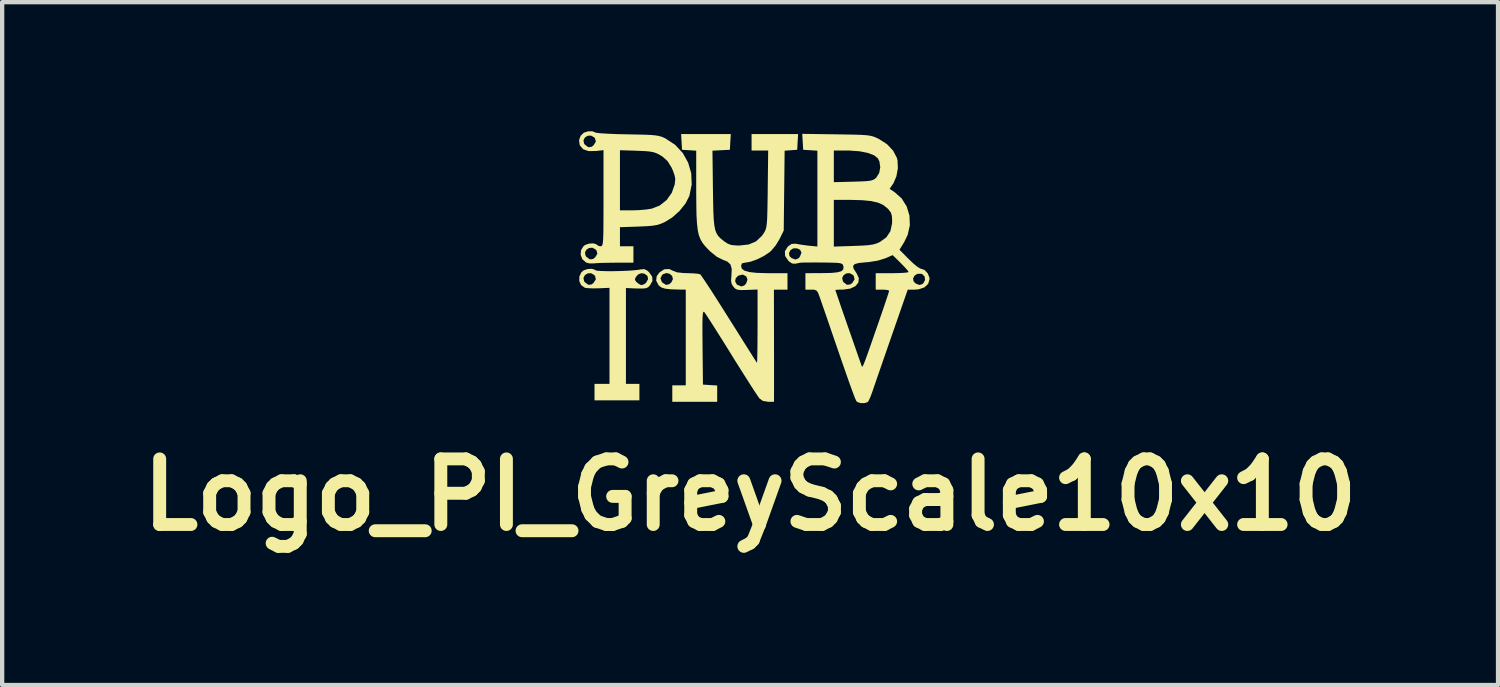
<source format=kicad_pcb>
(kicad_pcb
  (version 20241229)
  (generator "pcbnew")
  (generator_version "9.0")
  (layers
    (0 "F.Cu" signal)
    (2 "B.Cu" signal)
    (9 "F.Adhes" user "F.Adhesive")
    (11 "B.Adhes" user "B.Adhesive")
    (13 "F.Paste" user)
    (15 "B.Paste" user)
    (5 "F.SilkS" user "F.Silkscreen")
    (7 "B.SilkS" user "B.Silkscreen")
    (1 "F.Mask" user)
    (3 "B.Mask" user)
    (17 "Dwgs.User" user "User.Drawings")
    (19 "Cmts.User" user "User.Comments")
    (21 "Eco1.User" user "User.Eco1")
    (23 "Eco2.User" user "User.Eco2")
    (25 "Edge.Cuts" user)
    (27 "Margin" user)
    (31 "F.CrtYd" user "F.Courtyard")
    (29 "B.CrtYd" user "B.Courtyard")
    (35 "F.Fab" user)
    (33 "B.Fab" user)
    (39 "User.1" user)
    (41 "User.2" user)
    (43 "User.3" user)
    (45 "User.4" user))
  (footprint "Logo_PI_GreyScale10x10"
    (layer "F.Cu")
    (at 14.376 3.366)
    (property "Reference" "Logo_PI_GreyScale10x10" (at 0 5.08 0) (layer "F.SilkS") (effects (font (size 1.524 1.524) (thickness 0.3))))
    (attr board_only exclude_from_pos_files exclude_from_bom)
    (fp_poly (pts (xy -3.609 -0.151) (xy -3.596 -0.139) (xy -3.555 -0.127) (xy -3.46 -0.12) (xy -3.325 -0.116) (xy -3.166 -0.116) (xy -2.996 -0.12) (xy -2.832 -0.127) (xy -2.688 -0.137) (xy -2.578 -0.15) (xy -2.547 -0.156) (xy -2.459 -0.164) (xy -2.389 -0.13) (xy -2.347 -0.092) (xy -2.274 0.011) (xy -2.268 0.111) (xy -2.325 0.213) (xy -2.367 0.256) (xy -2.417 0.28) (xy -2.496 0.288) (xy -2.622 0.286) (xy -2.638 0.286) (xy -2.884 0.276) (xy -2.884 2.502) (xy -2.571 2.502) (xy -2.571 2.884) (xy -3.614 2.884) (xy -3.614 2.502) (xy -3.266 2.502) (xy -3.266 0.271) (xy -3.518 0.282) (xy -3.654 0.284) (xy -3.77 0.279) (xy -3.842 0.268) (xy -3.843 0.267) (xy -3.926 0.207) (xy -3.968 0.112) (xy -3.966 0.042) (xy -3.871 0.042) (xy -3.856 0.117) (xy -3.837 0.142) (xy -3.758 0.201) (xy -3.682 0.192) (xy -3.634 0.154) (xy -3.589 0.082) (xy -2.676 0.082) (xy -2.649 0.126) (xy -2.591 0.176) (xy -2.531 0.207) (xy -2.519 0.208) (xy -2.458 0.186) (xy -2.417 0.154) (xy -2.37 0.071) (xy -2.383 -0.005) (xy -2.449 -0.056) (xy -2.525 -0.069) (xy -2.599 -0.041) (xy -2.658 0.026) (xy -2.676 0.082) (xy -3.589 0.082) (xy -3.583 0.072) (xy -3.602 -0.005) (xy -3.621 -0.028) (xy -3.697 -0.07) (xy -3.776 -0.064) (xy -3.839 -0.022) (xy -3.871 0.042) (xy -3.966 0.042) (xy -3.966 0.006) (xy -3.92 -0.089) (xy -3.861 -0.137) (xy -3.771 -0.166) (xy -3.677 -0.171)) (stroke (width 0) (type solid)) (fill yes) (layer "F.SilkS"))
    (fp_poly (pts (xy -3.595 -3.338) (xy -3.551 -3.328) (xy -3.449 -3.318) (xy -3.3 -3.309) (xy -3.113 -3.301) (xy -2.901 -3.296) (xy -2.849 -3.295) (xy -2.607 -3.29) (xy -2.423 -3.286) (xy -2.287 -3.279) (xy -2.186 -3.269) (xy -2.11 -3.255) (xy -2.047 -3.236) (xy -1.987 -3.21) (xy -1.964 -3.198) (xy -1.741 -3.052) (xy -1.564 -2.861) (xy -1.438 -2.637) (xy -1.367 -2.39) (xy -1.356 -2.13) (xy -1.409 -1.87) (xy -1.41 -1.865) (xy -1.499 -1.69) (xy -1.637 -1.517) (xy -1.807 -1.365) (xy -1.971 -1.263) (xy -2.064 -1.221) (xy -2.15 -1.192) (xy -2.25 -1.174) (xy -2.379 -1.162) (xy -2.557 -1.154) (xy -2.595 -1.152) (xy -3.023 -1.138) (xy -3.023 -0.695) (xy -2.71 -0.695) (xy -2.71 -0.313) (xy -3.123 -0.313) (xy -3.295 -0.311) (xy -3.451 -0.308) (xy -3.572 -0.302) (xy -3.635 -0.296) (xy -3.736 -0.297) (xy -3.81 -0.317) (xy -3.896 -0.393) (xy -3.936 -0.496) (xy -3.932 -0.549) (xy -3.836 -0.549) (xy -3.821 -0.474) (xy -3.802 -0.449) (xy -3.723 -0.39) (xy -3.648 -0.399) (xy -3.599 -0.437) (xy -3.548 -0.519) (xy -3.567 -0.596) (xy -3.586 -0.618) (xy -3.663 -0.661) (xy -3.741 -0.655) (xy -3.804 -0.613) (xy -3.836 -0.549) (xy -3.932 -0.549) (xy -3.927 -0.604) (xy -3.87 -0.696) (xy -3.826 -0.728) (xy -3.736 -0.757) (xy -3.643 -0.762) (xy -3.574 -0.742) (xy -3.562 -0.73) (xy -3.513 -0.7) (xy -3.473 -0.695) (xy -3.454 -0.697) (xy -3.439 -0.709) (xy -3.428 -0.737) (xy -3.419 -0.789) (xy -3.413 -0.871) (xy -3.409 -0.99) (xy -3.407 -1.155) (xy -3.406 -1.371) (xy -3.405 -1.646) (xy -3.405 -1.812) (xy -3.405 -2.926) (xy -3.023 -2.926) (xy -3.023 -1.529) (xy -2.747 -1.529) (xy -2.584 -1.534) (xy -2.419 -1.548) (xy -2.289 -1.568) (xy -2.286 -1.568) (xy -2.097 -1.642) (xy -1.937 -1.77) (xy -1.818 -1.938) (xy -1.75 -2.134) (xy -1.738 -2.26) (xy -1.753 -2.34) (xy -1.792 -2.452) (xy -1.828 -2.53) (xy -1.917 -2.673) (xy -2.03 -2.775) (xy -2.079 -2.806) (xy -2.158 -2.849) (xy -2.234 -2.877) (xy -2.325 -2.895) (xy -2.449 -2.906) (xy -2.624 -2.913) (xy -2.632 -2.914) (xy -3.023 -2.926) (xy -3.405 -2.926) (xy -3.405 -2.928) (xy -3.58 -2.908) (xy -3.754 -2.906) (xy -3.877 -2.949) (xy -3.953 -3.037) (xy -3.957 -3.044) (xy -3.973 -3.155) (xy -3.871 -3.155) (xy -3.856 -3.08) (xy -3.837 -3.055) (xy -3.758 -2.996) (xy -3.682 -3.005) (xy -3.634 -3.043) (xy -3.583 -3.125) (xy -3.602 -3.202) (xy -3.621 -3.225) (xy -3.697 -3.267) (xy -3.776 -3.261) (xy -3.839 -3.219) (xy -3.871 -3.155) (xy -3.973 -3.155) (xy -3.974 -3.156) (xy -3.936 -3.263) (xy -3.861 -3.334) (xy -3.763 -3.365) (xy -3.664 -3.366)) (stroke (width 0) (type solid)) (fill yes) (layer "F.SilkS"))
    (fp_poly (pts (xy -0.459 -3.119) (xy -0.469 -2.936) (xy -0.671 -2.926) (xy -0.874 -2.915) (xy -0.863 -2.022) (xy -0.858 -1.728) (xy -0.853 -1.494) (xy -0.844 -1.312) (xy -0.829 -1.174) (xy -0.808 -1.069) (xy -0.777 -0.99) (xy -0.736 -0.928) (xy -0.681 -0.873) (xy -0.612 -0.818) (xy -0.602 -0.81) (xy -0.52 -0.755) (xy -0.438 -0.725) (xy -0.33 -0.714) (xy -0.246 -0.712) (xy -0.032 -0.736) (xy 0.139 -0.808) (xy 0.274 -0.935) (xy 0.32 -1.001) (xy 0.344 -1.043) (xy 0.363 -1.086) (xy 0.377 -1.14) (xy 0.388 -1.214) (xy 0.396 -1.317) (xy 0.401 -1.459) (xy 0.405 -1.647) (xy 0.409 -1.891) (xy 0.41 -2.024) (xy 0.421 -2.919) (xy 0.035 -2.919) (xy 0.035 -3.301) (xy 1.116 -3.301) (xy 1.105 -3.119) (xy 1.095 -2.936) (xy 0.803 -2.915) (xy 0.782 -1.06) (xy 0.684 -0.861) (xy 0.597 -0.717) (xy 0.492 -0.592) (xy 0.449 -0.554) (xy 0.317 -0.467) (xy 0.162 -0.39) (xy 0.01 -0.336) (xy -0.115 -0.313) (xy -0.122 -0.313) (xy -0.189 -0.298) (xy -0.208 -0.241) (xy -0.208 -0.233) (xy -0.19 -0.172) (xy -0.129 -0.127) (xy -0.019 -0.096) (xy 0.145 -0.077) (xy 0.37 -0.07) (xy 0.445 -0.069) (xy 0.869 -0.069) (xy 0.869 0.313) (xy 0.554 0.313) (xy 0.556 1.364) (xy 0.556 1.641) (xy 0.557 1.909) (xy 0.557 2.155) (xy 0.557 2.368) (xy 0.557 2.537) (xy 0.557 2.651) (xy 0.557 2.667) (xy 0.556 2.919) (xy 0.423 2.919) (xy 0.298 2.898) (xy 0.219 2.841) (xy 0.184 2.792) (xy 0.117 2.693) (xy 0.024 2.55) (xy -0.09 2.371) (xy -0.221 2.164) (xy -0.363 1.938) (xy -0.433 1.824) (xy -0.577 1.592) (xy -0.712 1.378) (xy -0.831 1.189) (xy -0.931 1.033) (xy -1.007 0.917) (xy -1.053 0.848) (xy -1.064 0.835) (xy -1.079 0.826) (xy -1.091 0.842) (xy -1.099 0.889) (xy -1.104 0.973) (xy -1.107 1.103) (xy -1.107 1.286) (xy -1.105 1.527) (xy -1.104 1.651) (xy -1.095 2.519) (xy -0.929 2.53) (xy -0.764 2.54) (xy -0.764 2.919) (xy -1.807 2.919) (xy -1.807 2.537) (xy -1.494 2.537) (xy -1.494 0.313) (xy -1.659 0.311) (xy -1.841 0.305) (xy -1.968 0.291) (xy -2.053 0.266) (xy -2.11 0.227) (xy -2.127 0.208) (xy -2.182 0.102) (xy -2.175 0.048) (xy -2.082 0.048) (xy -2.053 0.129) (xy -2.03 0.154) (xy -1.952 0.204) (xy -1.876 0.186) (xy -1.827 0.142) (xy -1.792 0.067) (xy -1.81 -0.003) (xy -1.864 -0.053) (xy -1.939 -0.073) (xy -2.018 -0.048) (xy -2.043 -0.028) (xy -2.082 0.048) (xy -2.175 0.048) (xy -2.169 0.000496) (xy -2.104 -0.088) (xy -1.993 -0.16) (xy -1.877 -0.166) (xy -1.787 -0.123) (xy -1.698 -0.089) (xy -1.542 -0.072) (xy -1.459 -0.07) (xy -1.328 -0.066) (xy -1.221 -0.057) (xy -1.161 -0.044) (xy -1.158 -0.043) (xy -1.131 -0.008) (xy -1.071 0.079) (xy -0.984 0.21) (xy -0.873 0.38) (xy -0.745 0.581) (xy -0.602 0.806) (xy -0.486 0.991) (xy -0.336 1.228) (xy -0.199 1.447) (xy -0.078 1.639) (xy 0.023 1.799) (xy 0.099 1.919) (xy 0.146 1.992) (xy 0.16 2.012) (xy 0.164 1.983) (xy 0.167 1.894) (xy 0.17 1.753) (xy 0.172 1.571) (xy 0.173 1.355) (xy 0.174 1.169) (xy 0.174 0.31) (xy -0.073 0.32) (xy -0.204 0.323) (xy -0.287 0.316) (xy -0.339 0.294) (xy -0.381 0.253) (xy -0.387 0.246) (xy -0.428 0.181) (xy -0.439 0.12) (xy -0.347 0.12) (xy -0.311 0.188) (xy -0.287 0.206) (xy -0.197 0.239) (xy -0.129 0.213) (xy -0.09 0.168) (xy -0.06 0.081) (xy -0.087 0.007) (xy -0.159 -0.033) (xy -0.185 -0.035) (xy -0.276 -0.011) (xy -0.333 0.048) (xy -0.347 0.12) (xy -0.439 0.12) (xy -0.442 0.103) (xy -0.433 -0.012) (xy -0.433 -0.019) (xy -0.426 -0.17) (xy -0.455 -0.272) (xy -0.528 -0.339) (xy -0.629 -0.379) (xy -0.769 -0.448) (xy -0.925 -0.574) (xy -0.958 -0.606) (xy -1.039 -0.691) (xy -1.103 -0.771) (xy -1.153 -0.857) (xy -1.191 -0.956) (xy -1.217 -1.078) (xy -1.234 -1.233) (xy -1.245 -1.428) (xy -1.249 -1.673) (xy -1.251 -1.977) (xy -1.251 -2.037) (xy -1.251 -2.915) (xy -1.416 -2.926) (xy -1.581 -2.936) (xy -1.591 -3.119) (xy -1.602 -3.301) (xy -0.448 -3.301)) (stroke (width 0) (type solid)) (fill yes) (layer "F.SilkS"))
    (fp_poly (pts (xy 2.005 -3.295) (xy 2.259 -3.291) (xy 2.455 -3.287) (xy 2.602 -3.282) (xy 2.711 -3.274) (xy 2.793 -3.262) (xy 2.858 -3.246) (xy 2.918 -3.223) (xy 2.981 -3.193) (xy 2.999 -3.184) (xy 3.183 -3.065) (xy 3.324 -2.915) (xy 3.411 -2.748) (xy 3.426 -2.689) (xy 3.434 -2.508) (xy 3.4 -2.321) (xy 3.332 -2.16) (xy 3.322 -2.146) (xy 3.242 -2.028) (xy 3.355 -1.954) (xy 3.523 -1.805) (xy 3.639 -1.619) (xy 3.703 -1.408) (xy 3.712 -1.184) (xy 3.662 -0.96) (xy 3.58 -0.79) (xy 3.471 -0.614) (xy 3.689 -0.394) (xy 3.793 -0.295) (xy 3.886 -0.219) (xy 3.952 -0.178) (xy 3.969 -0.174) (xy 4.054 -0.143) (xy 4.127 -0.066) (xy 4.167 0.034) (xy 4.17 0.067) (xy 4.138 0.178) (xy 4.051 0.26) (xy 3.917 0.306) (xy 3.825 0.313) (xy 3.663 0.313) (xy 3.285 1.399) (xy 3.191 1.67) (xy 3.101 1.929) (xy 3.019 2.167) (xy 2.947 2.374) (xy 2.89 2.54) (xy 2.851 2.655) (xy 2.838 2.693) (xy 2.796 2.806) (xy 2.757 2.891) (xy 2.731 2.927) (xy 2.654 2.95) (xy 2.561 2.948) (xy 2.487 2.921) (xy 2.475 2.91) (xy 2.46 2.884) (xy 2.437 2.831) (xy 2.404 2.746) (xy 2.359 2.624) (xy 2.3 2.461) (xy 2.227 2.252) (xy 2.136 1.991) (xy 2.027 1.675) (xy 1.897 1.297) (xy 1.893 1.286) (xy 1.821 1.074) (xy 1.752 0.874) (xy 1.691 0.699) (xy 1.644 0.562) (xy 1.615 0.478) (xy 1.577 0.38) (xy 1.54 0.331) (xy 1.508 0.321) (xy 1.981 0.321) (xy 1.992 0.355) (xy 2.022 0.444) (xy 2.068 0.578) (xy 2.125 0.746) (xy 2.192 0.937) (xy 2.263 1.143) (xy 2.336 1.351) (xy 2.406 1.552) (xy 2.47 1.736) (xy 2.524 1.891) (xy 2.565 2.007) (xy 2.589 2.075) (xy 2.593 2.085) (xy 2.599 2.098) (xy 2.607 2.103) (xy 2.617 2.091) (xy 2.634 2.058) (xy 2.659 1.997) (xy 2.695 1.902) (xy 2.744 1.766) (xy 2.808 1.584) (xy 2.889 1.349) (xy 2.992 1.055) (xy 3.002 1.025) (xy 3.072 0.823) (xy 3.133 0.643) (xy 3.182 0.496) (xy 3.216 0.392) (xy 3.231 0.342) (xy 3.231 0.339) (xy 3.2 0.323) (xy 3.122 0.314) (xy 3.075 0.313) (xy 2.919 0.313) (xy 2.919 0.054) (xy 3.787 0.054) (xy 3.8 0.124) (xy 3.848 0.171) (xy 3.937 0.205) (xy 4.005 0.183) (xy 4.024 0.167) (xy 4.066 0.088) (xy 4.055 0.007) (xy 3.998 -0.049) (xy 3.978 -0.055) (xy 3.887 -0.054) (xy 3.82 -0.011) (xy 3.787 0.054) (xy 2.919 0.054) (xy 2.919 -0.069) (xy 3.301 -0.069) (xy 3.455 -0.072) (xy 3.579 -0.078) (xy 3.659 -0.087) (xy 3.683 -0.097) (xy 3.66 -0.133) (xy 3.599 -0.202) (xy 3.513 -0.292) (xy 3.498 -0.307) (xy 3.313 -0.489) (xy 3.142 -0.415) (xy 2.974 -0.362) (xy 2.762 -0.328) (xy 2.684 -0.322) (xy 2.525 -0.306) (xy 2.43 -0.28) (xy 2.392 -0.236) (xy 2.408 -0.169) (xy 2.471 -0.071) (xy 2.474 -0.068) (xy 2.527 0.046) (xy 2.516 0.148) (xy 2.449 0.231) (xy 2.331 0.288) (xy 2.167 0.312) (xy 2.146 0.312) (xy 2.049 0.314) (xy 1.99 0.319) (xy 1.981 0.321) (xy 1.508 0.321) (xy 1.485 0.314) (xy 1.421 0.313) (xy 1.286 0.313) (xy 1.286 0.042) (xy 2.14 0.042) (xy 2.156 0.117) (xy 2.174 0.142) (xy 2.253 0.201) (xy 2.329 0.192) (xy 2.378 0.154) (xy 2.428 0.072) (xy 2.41 -0.005) (xy 2.391 -0.028) (xy 2.314 -0.07) (xy 2.236 -0.064) (xy 2.172 -0.022) (xy 2.14 0.042) (xy 1.286 0.042) (xy 1.286 -0.069) (xy 1.677 -0.071) (xy 1.883 -0.075) (xy 2.027 -0.089) (xy 2.119 -0.114) (xy 2.164 -0.155) (xy 2.171 -0.212) (xy 2.166 -0.237) (xy 2.155 -0.267) (xy 2.132 -0.288) (xy 2.087 -0.302) (xy 2.008 -0.31) (xy 1.884 -0.314) (xy 1.703 -0.317) (xy 1.672 -0.317) (xy 1.496 -0.318) (xy 1.345 -0.317) (xy 1.231 -0.316) (xy 1.17 -0.313) (xy 1.164 -0.312) (xy 1.052 -0.289) (xy 0.979 -0.294) (xy 0.918 -0.332) (xy 0.888 -0.36) (xy 0.814 -0.469) (xy 0.811 -0.535) (xy 0.904 -0.535) (xy 0.917 -0.464) (xy 0.964 -0.42) (xy 1.054 -0.386) (xy 1.122 -0.412) (xy 1.159 -0.456) (xy 1.194 -0.545) (xy 1.164 -0.612) (xy 1.09 -0.647) (xy 1.001 -0.645) (xy 0.935 -0.601) (xy 0.904 -0.535) (xy 0.811 -0.535) (xy 0.809 -0.578) (xy 0.873 -0.682) (xy 0.878 -0.687) (xy 1.946 -0.687) (xy 2.406 -0.702) (xy 2.605 -0.71) (xy 2.749 -0.72) (xy 2.855 -0.736) (xy 2.937 -0.759) (xy 3.01 -0.791) (xy 3.016 -0.794) (xy 3.167 -0.903) (xy 3.26 -1.044) (xy 3.299 -1.225) (xy 3.301 -1.28) (xy 3.295 -1.398) (xy 3.271 -1.478) (xy 3.215 -1.552) (xy 3.187 -1.58) (xy 3.092 -1.655) (xy 2.97 -1.709) (xy 2.811 -1.745) (xy 2.605 -1.765) (xy 2.342 -1.772) (xy 2.326 -1.772) (xy 1.946 -1.772) (xy 1.946 -0.687) (xy 0.878 -0.687) (xy 0.884 -0.693) (xy 0.963 -0.748) (xy 1.049 -0.755) (xy 1.084 -0.749) (xy 1.188 -0.731) (xy 1.321 -0.713) (xy 1.381 -0.706) (xy 1.564 -0.689) (xy 1.564 -2.184) (xy 1.946 -2.184) (xy 2.395 -2.195) (xy 2.581 -2.201) (xy 2.711 -2.208) (xy 2.799 -2.219) (xy 2.858 -2.237) (xy 2.902 -2.263) (xy 2.933 -2.291) (xy 3 -2.397) (xy 3.025 -2.531) (xy 3.005 -2.666) (xy 2.97 -2.736) (xy 2.883 -2.807) (xy 2.738 -2.863) (xy 2.546 -2.901) (xy 2.318 -2.918) (xy 2.252 -2.919) (xy 1.946 -2.919) (xy 1.946 -2.184) (xy 1.564 -2.184) (xy 1.564 -2.915) (xy 1.399 -2.926) (xy 1.234 -2.936) (xy 1.223 -3.121) (xy 1.212 -3.306)) (stroke (width 0) (type solid)) (fill yes) (layer "F.SilkS")))
  (gr_rect
    (start -3 -3)
    (end 31.753 12.864)
    (stroke (width 0.1) (type default))
    (fill no)
    (layer "Edge.Cuts")))
</source>
